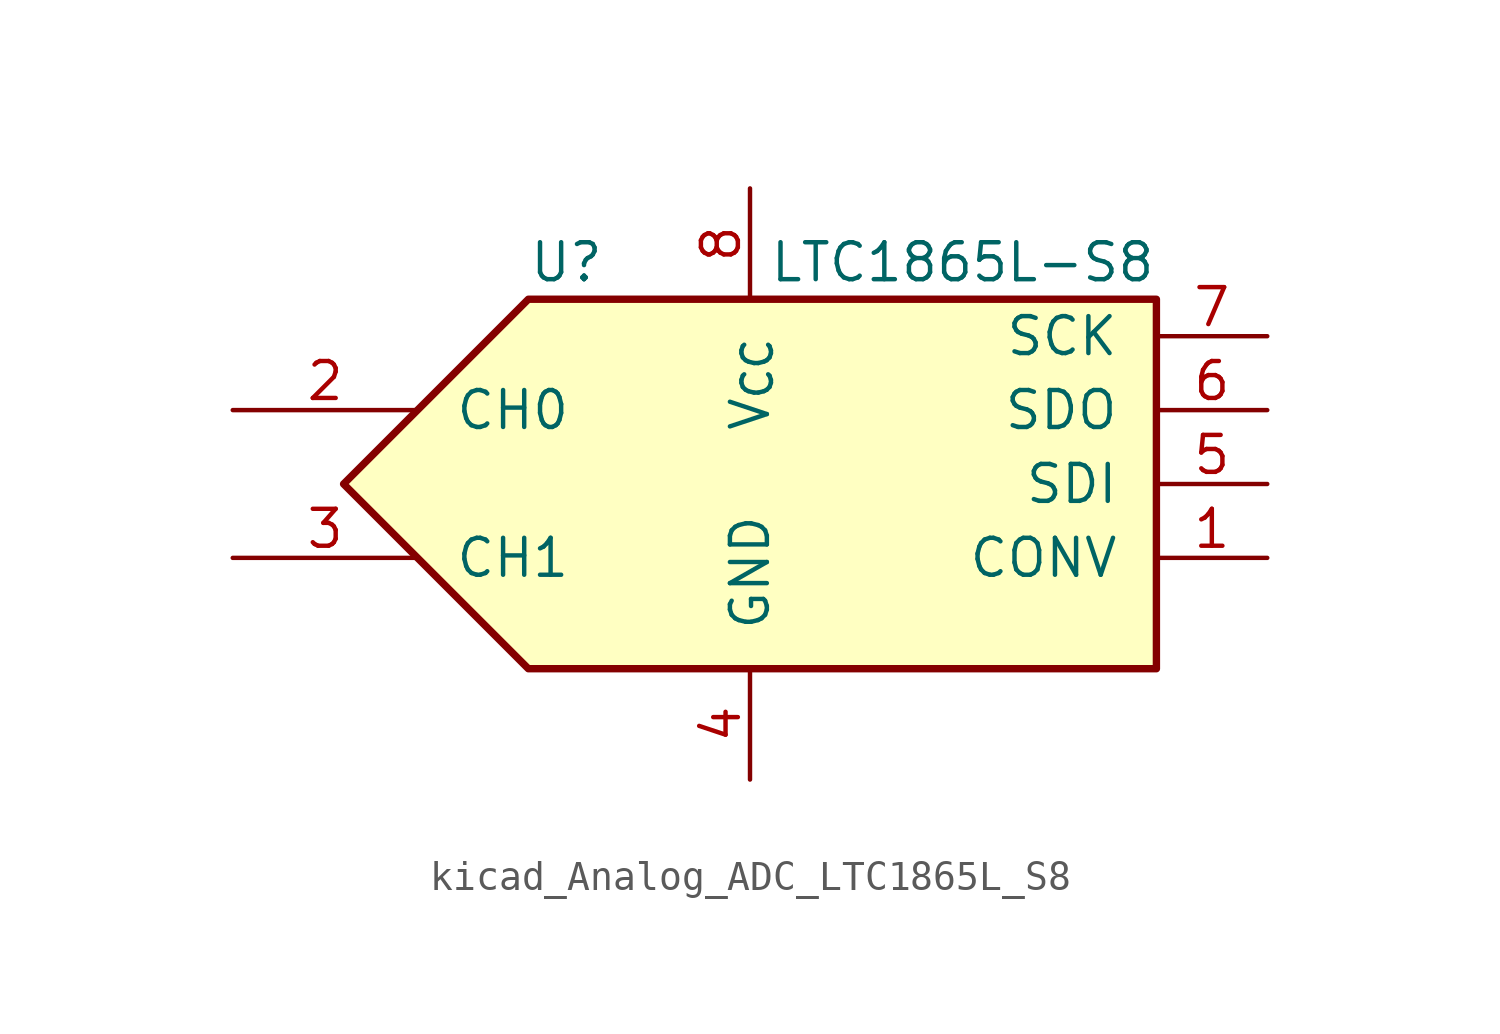
<source format=kicad_sym>
(kicad_symbol_lib
  (version 20220914)
  (generator kicad_symbol_editor)
  (symbol "kicad_Analog_ADC_LTC1865L_S8"
    (pin_names
      (offset 1.27))
    (property "Reference" "U"
      (at -10.16 7.62 0)
      (effects (font (size 1.27 1.27)) (justify left)))
    (property "Value" "LTC1865L-S8"
      (at 11.43 7.62 0)
      (effects (font (size 1.27 1.27)) (justify right)))
    (symbol "kicad_Analog_ADC_LTC1865L_S8_0_1"
      (polyline (pts (xy 11.43 6.35) (xy -10.16 6.35) (xy -16.51 0) (xy -10.16 -6.35) (xy 11.43 -6.35) (xy 11.43 6.35)) (stroke (width 0.254) (type default)) (fill (type background))))
    (symbol "kicad_Analog_ADC_LTC1865L_S8_1_1"
      (pin input line (at 15.24 -2.54 180) (length 3.81) (name "CONV" (effects (font (size 1.27 1.27)))) (number "1" (effects (font (size 1.27 1.27)))))
      (pin input line (at -20.32 2.54 0) (length 6.35) (name "CH0" (effects (font (size 1.27 1.27)))) (number "2" (effects (font (size 1.27 1.27)))))
      (pin input line (at -20.32 -2.54 0) (length 6.35) (name "CH1" (effects (font (size 1.27 1.27)))) (number "3" (effects (font (size 1.27 1.27)))))
      (pin power_in line (at -2.54 -10.16 90) (length 3.81) (name "GND" (effects (font (size 1.27 1.27)))) (number "4" (effects (font (size 1.27 1.27)))))
      (pin input line (at 15.24 0 180) (length 3.81) (name "SDI" (effects (font (size 1.27 1.27)))) (number "5" (effects (font (size 1.27 1.27)))))
      (pin output line (at 15.24 2.54 180) (length 3.81) (name "SDO" (effects (font (size 1.27 1.27)))) (number "6" (effects (font (size 1.27 1.27)))))
      (pin input line (at 15.24 5.08 180) (length 3.81) (name "SCK" (effects (font (size 1.27 1.27)))) (number "7" (effects (font (size 1.27 1.27)))))
      (pin power_in line (at -2.54 10.16 270) (length 3.81) (name "V_{CC}" (effects (font (size 1.27 1.27)))) (number "8" (effects (font (size 1.27 1.27))))))))
</source>
